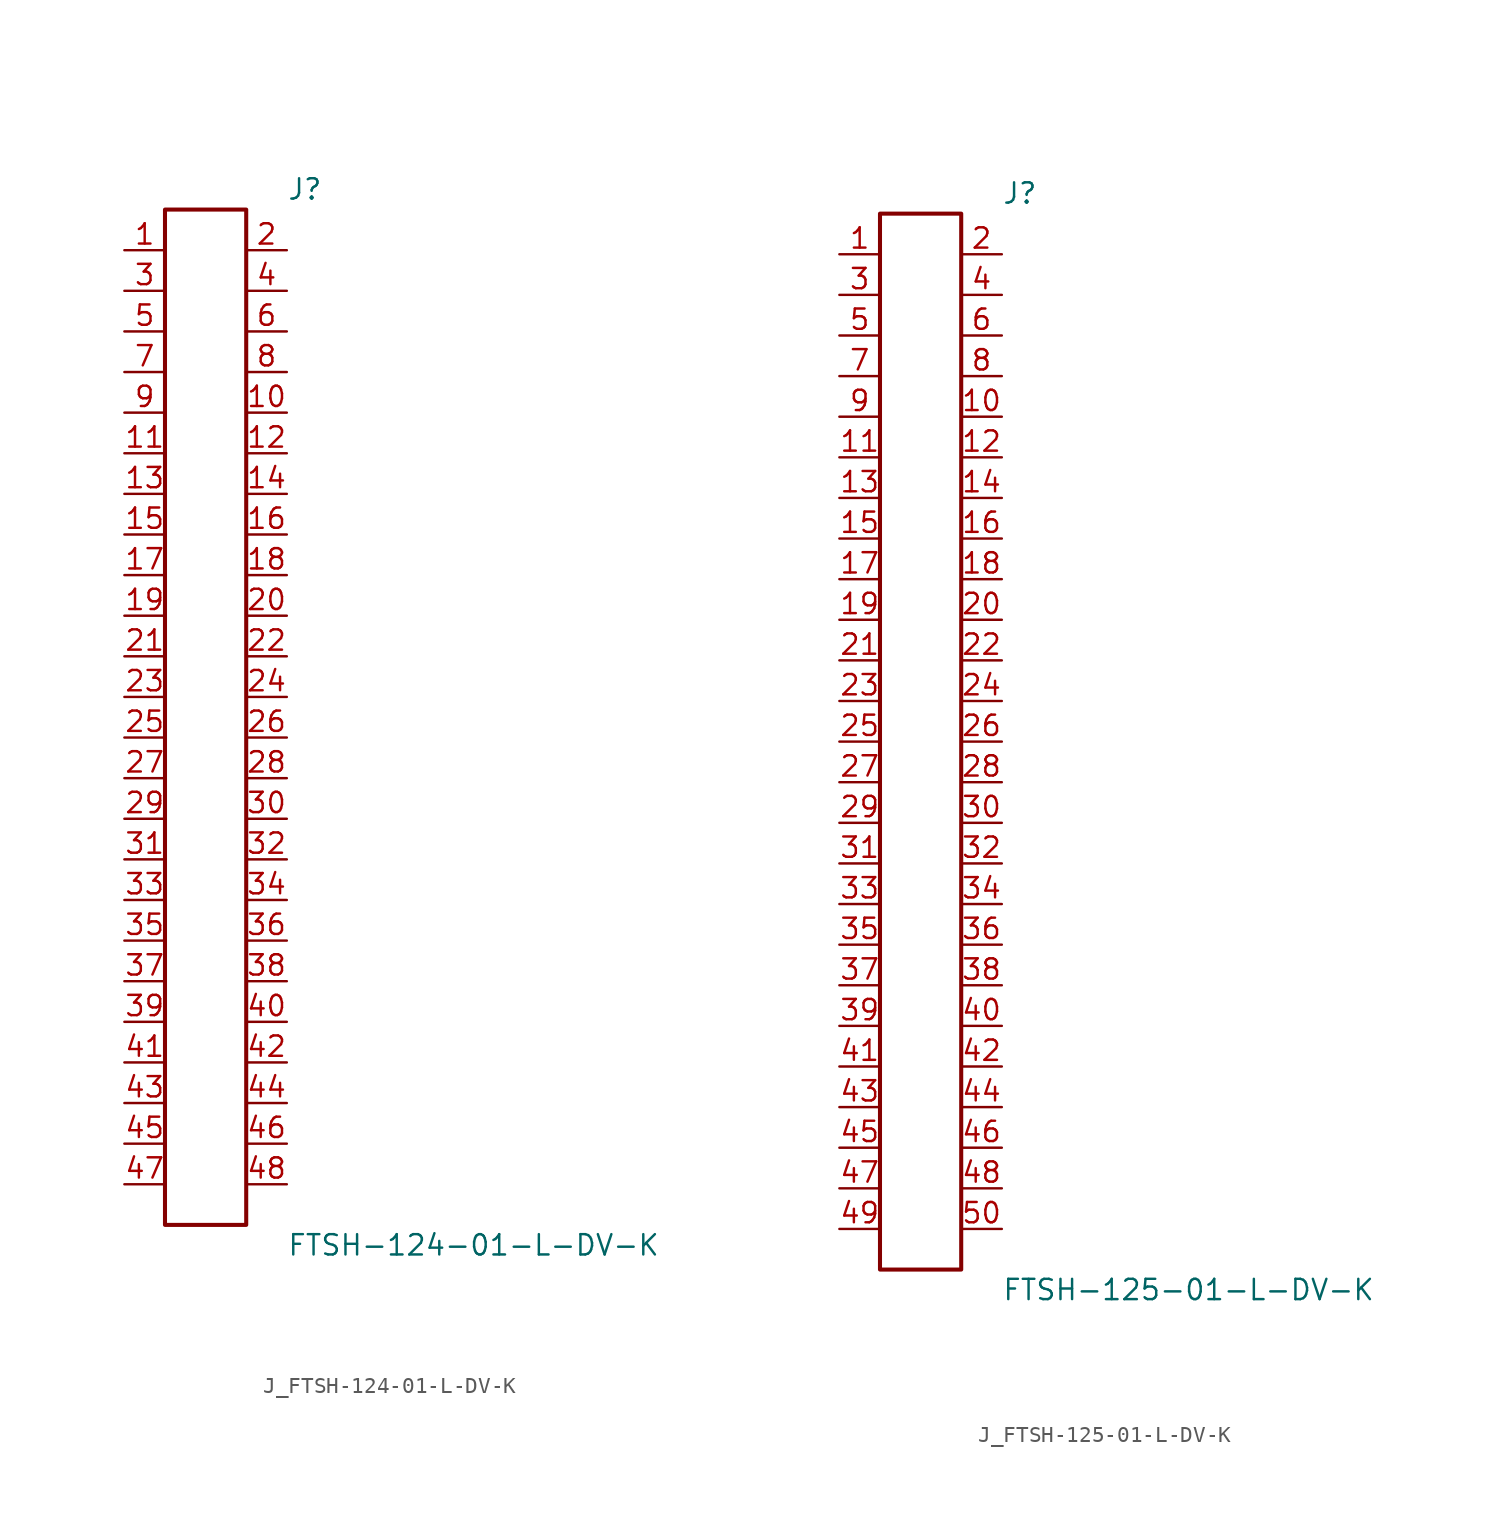
<source format=kicad_sym>
(kicad_symbol_lib
  (version 20231120)
  (generator kicad_symbol_editor)
  (generator_version 8.0)
  (symbol "J_FTSH-124-01-L-DV-K"
    (pin_names
      (offset 0.254))
    (property "Reference" "J"
      (at 5.08 33.02 0)
      (effects (font (size 1.27 1.27)) (justify left)))
    (property "Value" "FTSH-124-01-L-DV-K"
      (at 5.08 -33.02 0)
      (effects (font (size 1.27 1.27)) (justify left)))
    (symbol "J_FTSH-124-01-L-DV-K_0_0"
      (pin passive line (at -5.08 29.21 0) (length 2.54) (name "" (effects (font (size 1.27 1.27)))) (number "1" (effects (font (size 1.27 1.27)))))
      (pin passive line (at 5.08 29.21 180) (length 2.54) (name "" (effects (font (size 1.27 1.27)))) (number "2" (effects (font (size 1.27 1.27)))))
      (pin passive line (at -5.08 26.67 0) (length 2.54) (name "" (effects (font (size 1.27 1.27)))) (number "3" (effects (font (size 1.27 1.27)))))
      (pin passive line (at 5.08 26.67 180) (length 2.54) (name "" (effects (font (size 1.27 1.27)))) (number "4" (effects (font (size 1.27 1.27)))))
      (pin passive line (at -5.08 24.13 0) (length 2.54) (name "" (effects (font (size 1.27 1.27)))) (number "5" (effects (font (size 1.27 1.27)))))
      (pin passive line (at 5.08 24.13 180) (length 2.54) (name "" (effects (font (size 1.27 1.27)))) (number "6" (effects (font (size 1.27 1.27)))))
      (pin passive line (at -5.08 21.59 0) (length 2.54) (name "" (effects (font (size 1.27 1.27)))) (number "7" (effects (font (size 1.27 1.27)))))
      (pin passive line (at 5.08 21.59 180) (length 2.54) (name "" (effects (font (size 1.27 1.27)))) (number "8" (effects (font (size 1.27 1.27)))))
      (pin passive line (at -5.08 19.05 0) (length 2.54) (name "" (effects (font (size 1.27 1.27)))) (number "9" (effects (font (size 1.27 1.27)))))
      (pin passive line (at 5.08 19.05 180) (length 2.54) (name "" (effects (font (size 1.27 1.27)))) (number "10" (effects (font (size 1.27 1.27)))))
      (pin passive line (at -5.08 16.51 0) (length 2.54) (name "" (effects (font (size 1.27 1.27)))) (number "11" (effects (font (size 1.27 1.27)))))
      (pin passive line (at 5.08 16.51 180) (length 2.54) (name "" (effects (font (size 1.27 1.27)))) (number "12" (effects (font (size 1.27 1.27)))))
      (pin passive line (at -5.08 13.97 0) (length 2.54) (name "" (effects (font (size 1.27 1.27)))) (number "13" (effects (font (size 1.27 1.27)))))
      (pin passive line (at 5.08 13.97 180) (length 2.54) (name "" (effects (font (size 1.27 1.27)))) (number "14" (effects (font (size 1.27 1.27)))))
      (pin passive line (at -5.08 11.43 0) (length 2.54) (name "" (effects (font (size 1.27 1.27)))) (number "15" (effects (font (size 1.27 1.27)))))
      (pin passive line (at 5.08 11.43 180) (length 2.54) (name "" (effects (font (size 1.27 1.27)))) (number "16" (effects (font (size 1.27 1.27)))))
      (pin passive line (at -5.08 8.89 0) (length 2.54) (name "" (effects (font (size 1.27 1.27)))) (number "17" (effects (font (size 1.27 1.27)))))
      (pin passive line (at 5.08 8.89 180) (length 2.54) (name "" (effects (font (size 1.27 1.27)))) (number "18" (effects (font (size 1.27 1.27)))))
      (pin passive line (at -5.08 6.35 0) (length 2.54) (name "" (effects (font (size 1.27 1.27)))) (number "19" (effects (font (size 1.27 1.27)))))
      (pin passive line (at 5.08 6.35 180) (length 2.54) (name "" (effects (font (size 1.27 1.27)))) (number "20" (effects (font (size 1.27 1.27)))))
      (pin passive line (at -5.08 3.81 0) (length 2.54) (name "" (effects (font (size 1.27 1.27)))) (number "21" (effects (font (size 1.27 1.27)))))
      (pin passive line (at 5.08 3.81 180) (length 2.54) (name "" (effects (font (size 1.27 1.27)))) (number "22" (effects (font (size 1.27 1.27)))))
      (pin passive line (at -5.08 1.27 0) (length 2.54) (name "" (effects (font (size 1.27 1.27)))) (number "23" (effects (font (size 1.27 1.27)))))
      (pin passive line (at 5.08 1.27 180) (length 2.54) (name "" (effects (font (size 1.27 1.27)))) (number "24" (effects (font (size 1.27 1.27)))))
      (pin passive line (at -5.08 -1.27 0) (length 2.54) (name "" (effects (font (size 1.27 1.27)))) (number "25" (effects (font (size 1.27 1.27)))))
      (pin passive line (at 5.08 -1.27 180) (length 2.54) (name "" (effects (font (size 1.27 1.27)))) (number "26" (effects (font (size 1.27 1.27)))))
      (pin passive line (at -5.08 -3.81 0) (length 2.54) (name "" (effects (font (size 1.27 1.27)))) (number "27" (effects (font (size 1.27 1.27)))))
      (pin passive line (at 5.08 -3.81 180) (length 2.54) (name "" (effects (font (size 1.27 1.27)))) (number "28" (effects (font (size 1.27 1.27)))))
      (pin passive line (at -5.08 -6.35 0) (length 2.54) (name "" (effects (font (size 1.27 1.27)))) (number "29" (effects (font (size 1.27 1.27)))))
      (pin passive line (at 5.08 -6.35 180) (length 2.54) (name "" (effects (font (size 1.27 1.27)))) (number "30" (effects (font (size 1.27 1.27)))))
      (pin passive line (at -5.08 -8.89 0) (length 2.54) (name "" (effects (font (size 1.27 1.27)))) (number "31" (effects (font (size 1.27 1.27)))))
      (pin passive line (at 5.08 -8.89 180) (length 2.54) (name "" (effects (font (size 1.27 1.27)))) (number "32" (effects (font (size 1.27 1.27)))))
      (pin passive line (at -5.08 -11.43 0) (length 2.54) (name "" (effects (font (size 1.27 1.27)))) (number "33" (effects (font (size 1.27 1.27)))))
      (pin passive line (at 5.08 -11.43 180) (length 2.54) (name "" (effects (font (size 1.27 1.27)))) (number "34" (effects (font (size 1.27 1.27)))))
      (pin passive line (at -5.08 -13.97 0) (length 2.54) (name "" (effects (font (size 1.27 1.27)))) (number "35" (effects (font (size 1.27 1.27)))))
      (pin passive line (at 5.08 -13.97 180) (length 2.54) (name "" (effects (font (size 1.27 1.27)))) (number "36" (effects (font (size 1.27 1.27)))))
      (pin passive line (at -5.08 -16.51 0) (length 2.54) (name "" (effects (font (size 1.27 1.27)))) (number "37" (effects (font (size 1.27 1.27)))))
      (pin passive line (at 5.08 -16.51 180) (length 2.54) (name "" (effects (font (size 1.27 1.27)))) (number "38" (effects (font (size 1.27 1.27)))))
      (pin passive line (at -5.08 -19.05 0) (length 2.54) (name "" (effects (font (size 1.27 1.27)))) (number "39" (effects (font (size 1.27 1.27)))))
      (pin passive line (at 5.08 -19.05 180) (length 2.54) (name "" (effects (font (size 1.27 1.27)))) (number "40" (effects (font (size 1.27 1.27)))))
      (pin passive line (at -5.08 -21.59 0) (length 2.54) (name "" (effects (font (size 1.27 1.27)))) (number "41" (effects (font (size 1.27 1.27)))))
      (pin passive line (at 5.08 -21.59 180) (length 2.54) (name "" (effects (font (size 1.27 1.27)))) (number "42" (effects (font (size 1.27 1.27)))))
      (pin passive line (at -5.08 -24.13 0) (length 2.54) (name "" (effects (font (size 1.27 1.27)))) (number "43" (effects (font (size 1.27 1.27)))))
      (pin passive line (at 5.08 -24.13 180) (length 2.54) (name "" (effects (font (size 1.27 1.27)))) (number "44" (effects (font (size 1.27 1.27)))))
      (pin passive line (at -5.08 -26.67 0) (length 2.54) (name "" (effects (font (size 1.27 1.27)))) (number "45" (effects (font (size 1.27 1.27)))))
      (pin passive line (at 5.08 -26.67 180) (length 2.54) (name "" (effects (font (size 1.27 1.27)))) (number "46" (effects (font (size 1.27 1.27)))))
      (pin passive line (at -5.08 -29.21 0) (length 2.54) (name "" (effects (font (size 1.27 1.27)))) (number "47" (effects (font (size 1.27 1.27)))))
      (pin passive line (at 5.08 -29.21 180) (length 2.54) (name "" (effects (font (size 1.27 1.27)))) (number "48" (effects (font (size 1.27 1.27))))))
    (symbol "J_FTSH-124-01-L-DV-K_1_0"
      (rectangle (start -2.54 31.75) (end 2.54 -31.75) (stroke (width 0.254) (type solid)) (fill (type none)))))
  (symbol "J_FTSH-125-01-L-DV-K"
    (pin_names
      (offset 0.254))
    (property "Reference" "J"
      (at 5.08 34.29 0)
      (effects (font (size 1.27 1.27)) (justify left)))
    (property "Value" "FTSH-125-01-L-DV-K"
      (at 5.08 -34.29 0)
      (effects (font (size 1.27 1.27)) (justify left)))
    (symbol "J_FTSH-125-01-L-DV-K_0_0"
      (pin passive line (at -5.08 30.48 0) (length 2.54) (name "" (effects (font (size 1.27 1.27)))) (number "1" (effects (font (size 1.27 1.27)))))
      (pin passive line (at 5.08 30.48 180) (length 2.54) (name "" (effects (font (size 1.27 1.27)))) (number "2" (effects (font (size 1.27 1.27)))))
      (pin passive line (at -5.08 27.94 0) (length 2.54) (name "" (effects (font (size 1.27 1.27)))) (number "3" (effects (font (size 1.27 1.27)))))
      (pin passive line (at 5.08 27.94 180) (length 2.54) (name "" (effects (font (size 1.27 1.27)))) (number "4" (effects (font (size 1.27 1.27)))))
      (pin passive line (at -5.08 25.4 0) (length 2.54) (name "" (effects (font (size 1.27 1.27)))) (number "5" (effects (font (size 1.27 1.27)))))
      (pin passive line (at 5.08 25.4 180) (length 2.54) (name "" (effects (font (size 1.27 1.27)))) (number "6" (effects (font (size 1.27 1.27)))))
      (pin passive line (at -5.08 22.86 0) (length 2.54) (name "" (effects (font (size 1.27 1.27)))) (number "7" (effects (font (size 1.27 1.27)))))
      (pin passive line (at 5.08 22.86 180) (length 2.54) (name "" (effects (font (size 1.27 1.27)))) (number "8" (effects (font (size 1.27 1.27)))))
      (pin passive line (at -5.08 20.32 0) (length 2.54) (name "" (effects (font (size 1.27 1.27)))) (number "9" (effects (font (size 1.27 1.27)))))
      (pin passive line (at 5.08 20.32 180) (length 2.54) (name "" (effects (font (size 1.27 1.27)))) (number "10" (effects (font (size 1.27 1.27)))))
      (pin passive line (at -5.08 17.78 0) (length 2.54) (name "" (effects (font (size 1.27 1.27)))) (number "11" (effects (font (size 1.27 1.27)))))
      (pin passive line (at 5.08 17.78 180) (length 2.54) (name "" (effects (font (size 1.27 1.27)))) (number "12" (effects (font (size 1.27 1.27)))))
      (pin passive line (at -5.08 15.24 0) (length 2.54) (name "" (effects (font (size 1.27 1.27)))) (number "13" (effects (font (size 1.27 1.27)))))
      (pin passive line (at 5.08 15.24 180) (length 2.54) (name "" (effects (font (size 1.27 1.27)))) (number "14" (effects (font (size 1.27 1.27)))))
      (pin passive line (at -5.08 12.7 0) (length 2.54) (name "" (effects (font (size 1.27 1.27)))) (number "15" (effects (font (size 1.27 1.27)))))
      (pin passive line (at 5.08 12.7 180) (length 2.54) (name "" (effects (font (size 1.27 1.27)))) (number "16" (effects (font (size 1.27 1.27)))))
      (pin passive line (at -5.08 10.16 0) (length 2.54) (name "" (effects (font (size 1.27 1.27)))) (number "17" (effects (font (size 1.27 1.27)))))
      (pin passive line (at 5.08 10.16 180) (length 2.54) (name "" (effects (font (size 1.27 1.27)))) (number "18" (effects (font (size 1.27 1.27)))))
      (pin passive line (at -5.08 7.62 0) (length 2.54) (name "" (effects (font (size 1.27 1.27)))) (number "19" (effects (font (size 1.27 1.27)))))
      (pin passive line (at 5.08 7.62 180) (length 2.54) (name "" (effects (font (size 1.27 1.27)))) (number "20" (effects (font (size 1.27 1.27)))))
      (pin passive line (at -5.08 5.08 0) (length 2.54) (name "" (effects (font (size 1.27 1.27)))) (number "21" (effects (font (size 1.27 1.27)))))
      (pin passive line (at 5.08 5.08 180) (length 2.54) (name "" (effects (font (size 1.27 1.27)))) (number "22" (effects (font (size 1.27 1.27)))))
      (pin passive line (at -5.08 2.54 0) (length 2.54) (name "" (effects (font (size 1.27 1.27)))) (number "23" (effects (font (size 1.27 1.27)))))
      (pin passive line (at 5.08 2.54 180) (length 2.54) (name "" (effects (font (size 1.27 1.27)))) (number "24" (effects (font (size 1.27 1.27)))))
      (pin passive line (at -5.08 0.0 0) (length 2.54) (name "" (effects (font (size 1.27 1.27)))) (number "25" (effects (font (size 1.27 1.27)))))
      (pin passive line (at 5.08 0.0 180) (length 2.54) (name "" (effects (font (size 1.27 1.27)))) (number "26" (effects (font (size 1.27 1.27)))))
      (pin passive line (at -5.08 -2.54 0) (length 2.54) (name "" (effects (font (size 1.27 1.27)))) (number "27" (effects (font (size 1.27 1.27)))))
      (pin passive line (at 5.08 -2.54 180) (length 2.54) (name "" (effects (font (size 1.27 1.27)))) (number "28" (effects (font (size 1.27 1.27)))))
      (pin passive line (at -5.08 -5.08 0) (length 2.54) (name "" (effects (font (size 1.27 1.27)))) (number "29" (effects (font (size 1.27 1.27)))))
      (pin passive line (at 5.08 -5.08 180) (length 2.54) (name "" (effects (font (size 1.27 1.27)))) (number "30" (effects (font (size 1.27 1.27)))))
      (pin passive line (at -5.08 -7.62 0) (length 2.54) (name "" (effects (font (size 1.27 1.27)))) (number "31" (effects (font (size 1.27 1.27)))))
      (pin passive line (at 5.08 -7.62 180) (length 2.54) (name "" (effects (font (size 1.27 1.27)))) (number "32" (effects (font (size 1.27 1.27)))))
      (pin passive line (at -5.08 -10.16 0) (length 2.54) (name "" (effects (font (size 1.27 1.27)))) (number "33" (effects (font (size 1.27 1.27)))))
      (pin passive line (at 5.08 -10.16 180) (length 2.54) (name "" (effects (font (size 1.27 1.27)))) (number "34" (effects (font (size 1.27 1.27)))))
      (pin passive line (at -5.08 -12.7 0) (length 2.54) (name "" (effects (font (size 1.27 1.27)))) (number "35" (effects (font (size 1.27 1.27)))))
      (pin passive line (at 5.08 -12.7 180) (length 2.54) (name "" (effects (font (size 1.27 1.27)))) (number "36" (effects (font (size 1.27 1.27)))))
      (pin passive line (at -5.08 -15.24 0) (length 2.54) (name "" (effects (font (size 1.27 1.27)))) (number "37" (effects (font (size 1.27 1.27)))))
      (pin passive line (at 5.08 -15.24 180) (length 2.54) (name "" (effects (font (size 1.27 1.27)))) (number "38" (effects (font (size 1.27 1.27)))))
      (pin passive line (at -5.08 -17.78 0) (length 2.54) (name "" (effects (font (size 1.27 1.27)))) (number "39" (effects (font (size 1.27 1.27)))))
      (pin passive line (at 5.08 -17.78 180) (length 2.54) (name "" (effects (font (size 1.27 1.27)))) (number "40" (effects (font (size 1.27 1.27)))))
      (pin passive line (at -5.08 -20.32 0) (length 2.54) (name "" (effects (font (size 1.27 1.27)))) (number "41" (effects (font (size 1.27 1.27)))))
      (pin passive line (at 5.08 -20.32 180) (length 2.54) (name "" (effects (font (size 1.27 1.27)))) (number "42" (effects (font (size 1.27 1.27)))))
      (pin passive line (at -5.08 -22.86 0) (length 2.54) (name "" (effects (font (size 1.27 1.27)))) (number "43" (effects (font (size 1.27 1.27)))))
      (pin passive line (at 5.08 -22.86 180) (length 2.54) (name "" (effects (font (size 1.27 1.27)))) (number "44" (effects (font (size 1.27 1.27)))))
      (pin passive line (at -5.08 -25.4 0) (length 2.54) (name "" (effects (font (size 1.27 1.27)))) (number "45" (effects (font (size 1.27 1.27)))))
      (pin passive line (at 5.08 -25.4 180) (length 2.54) (name "" (effects (font (size 1.27 1.27)))) (number "46" (effects (font (size 1.27 1.27)))))
      (pin passive line (at -5.08 -27.94 0) (length 2.54) (name "" (effects (font (size 1.27 1.27)))) (number "47" (effects (font (size 1.27 1.27)))))
      (pin passive line (at 5.08 -27.94 180) (length 2.54) (name "" (effects (font (size 1.27 1.27)))) (number "48" (effects (font (size 1.27 1.27)))))
      (pin passive line (at -5.08 -30.48 0) (length 2.54) (name "" (effects (font (size 1.27 1.27)))) (number "49" (effects (font (size 1.27 1.27)))))
      (pin passive line (at 5.08 -30.48 180) (length 2.54) (name "" (effects (font (size 1.27 1.27)))) (number "50" (effects (font (size 1.27 1.27))))))
    (symbol "J_FTSH-125-01-L-DV-K_1_0"
      (rectangle (start -2.54 33.02) (end 2.54 -33.02) (stroke (width 0.254) (type solid)) (fill (type none))))))
</source>
